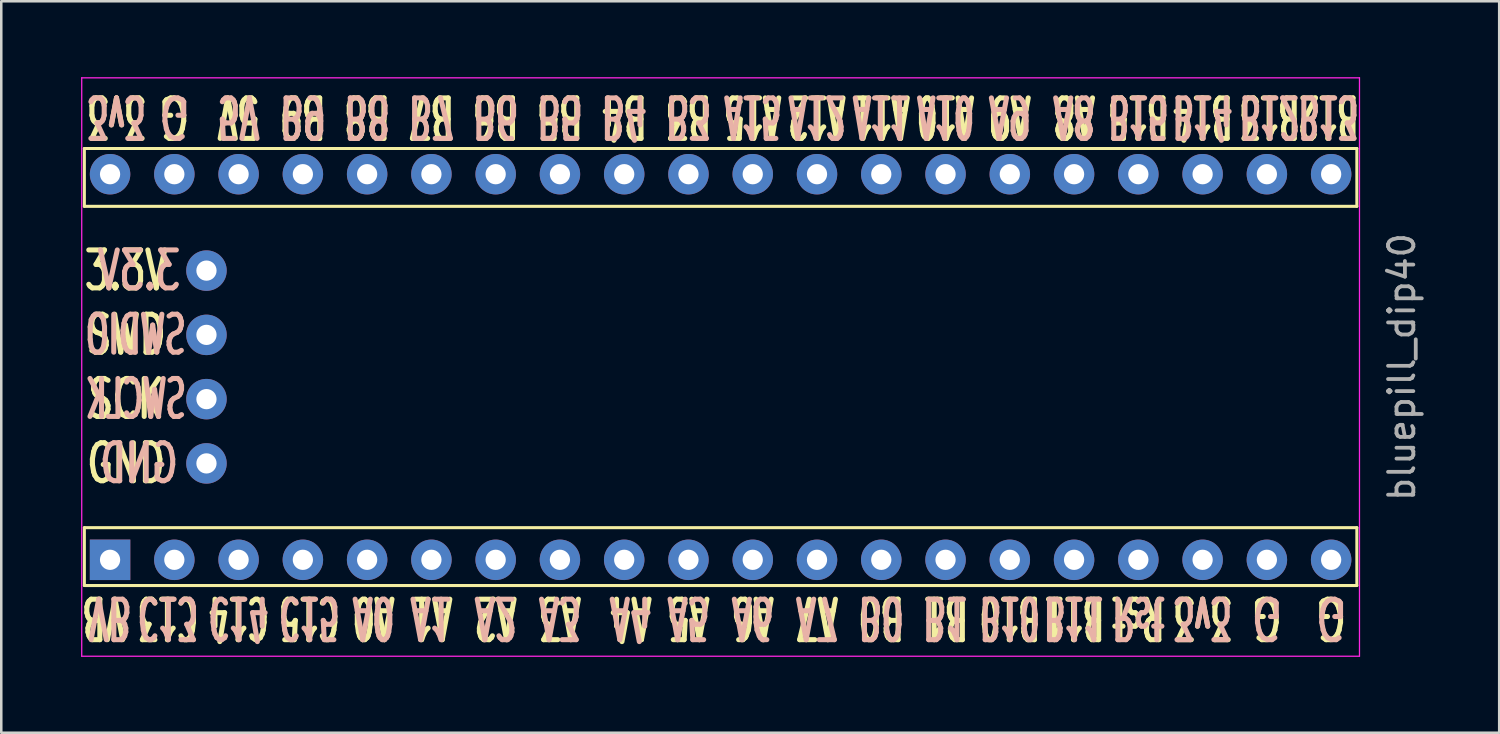
<source format=kicad_pcb>
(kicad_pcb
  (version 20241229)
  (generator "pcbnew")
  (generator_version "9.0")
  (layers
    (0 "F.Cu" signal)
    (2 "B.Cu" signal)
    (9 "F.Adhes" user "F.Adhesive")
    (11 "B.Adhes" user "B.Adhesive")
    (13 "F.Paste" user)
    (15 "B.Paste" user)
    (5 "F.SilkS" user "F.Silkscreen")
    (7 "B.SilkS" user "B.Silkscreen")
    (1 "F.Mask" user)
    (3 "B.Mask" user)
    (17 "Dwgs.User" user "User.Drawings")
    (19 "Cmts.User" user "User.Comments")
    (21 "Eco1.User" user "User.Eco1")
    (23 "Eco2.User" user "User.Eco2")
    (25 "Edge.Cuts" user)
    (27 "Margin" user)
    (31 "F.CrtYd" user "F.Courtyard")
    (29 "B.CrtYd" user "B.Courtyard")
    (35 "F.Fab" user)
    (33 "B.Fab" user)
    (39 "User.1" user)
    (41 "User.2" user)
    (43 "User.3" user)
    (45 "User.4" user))
  (footprint "bluepill_dip40"
    (layer "F.Cu")
    (at 25.43 11.455)
    (property "Reference" "bluepill_dip40" (at 26.924 0 270) (layer "F.Fab") (effects (font (size 1 1) (thickness 0.15))))
    (attr through_hole)
    (fp_line (start -25.146 -8.636) (end -25.146 -6.35) (stroke (width 0.12) (type solid)) (layer "F.SilkS"))
    (fp_line (start -25.146 6.35) (end -25.146 8.636) (stroke (width 0.12) (type solid)) (layer "F.SilkS"))
    (fp_line (start -25.146 6.35) (end 25.146 6.35) (stroke (width 0.12) (type solid)) (layer "F.SilkS"))
    (fp_line (start -25.146 8.636) (end 25.146 8.636) (stroke (width 0.12) (type solid)) (layer "F.SilkS"))
    (fp_line (start 25.146 -8.636) (end 25.146 -6.35) (stroke (width 0.12) (type solid)) (layer "F.SilkS"))
    (fp_line (start 25.146 -8.636) (end -25.146 -8.636) (stroke (width 0.12) (type solid)) (layer "F.SilkS"))
    (fp_line (start 25.146 -6.35) (end -25.146 -6.35) (stroke (width 0.12) (type solid)) (layer "F.SilkS"))
    (fp_line (start 25.146 8.636) (end 25.146 6.35) (stroke (width 0.12) (type solid)) (layer "F.SilkS"))
    (fp_line (start -25.25 -11.43) (end 25.25 -11.43) (stroke (width 0.05) (type solid)) (layer "F.CrtYd"))
    (fp_line (start -25.25 11.43) (end -25.25 -11.43) (stroke (width 0.05) (type solid)) (layer "F.CrtYd"))
    (fp_line (start 25.25 -11.43) (end 25.25 11.43) (stroke (width 0.05) (type solid)) (layer "F.CrtYd"))
    (fp_line (start 25.25 11.43) (end -25.25 11.43) (stroke (width 0.05) (type solid)) (layer "F.CrtYd"))
    (fp_text user "A5" (at -1.27 9.906 180) (unlocked yes) (layer "F.SilkS") (effects (font (size 1.6 0.9) (thickness 0.2))))
    (fp_text user "G" (at 24.13 9.906 180) (unlocked yes) (layer "F.SilkS") (effects (font (size 1.6 1.2) (thickness 0.2))))
    (fp_text user "B11" (at 13.97 9.906 180) (unlocked yes) (layer "F.SilkS") (effects (font (size 1.6 0.8) (thickness 0.2))))
    (fp_text user "A9" (at 11.43 -9.906 180) (unlocked yes) (layer "F.SilkS") (effects (font (size 1.6 0.9) (thickness 0.2))))
    (fp_text user "A0" (at -13.716 9.906 180) (unlocked yes) (layer "F.SilkS") (effects (font (size 1.6 0.9) (thickness 0.2))))
    (fp_text user "Rst" (at 16.51 9.906 180) (unlocked yes) (layer "F.SilkS") (effects (font (size 1.6 0.85) (thickness 0.2))))
    (fp_text user "G" (at 21.59 9.906 180) (unlocked yes) (layer "F.SilkS") (effects (font (size 1.6 1.2) (thickness 0.2))))
    (fp_text user "C14" (at -19.05 9.906 180) (unlocked yes) (layer "F.SilkS") (effects (font (size 1.6 0.8) (thickness 0.2))))
    (fp_text user "A12" (at 3.81 -9.906 180) (unlocked yes) (layer "F.SilkS") (effects (font (size 1.6 0.8) (thickness 0.2))))
    (fp_text user "A11" (at 6.35 -9.906 180) (unlocked yes) (layer "F.SilkS") (effects (font (size 1.6 0.8) (thickness 0.2))))
    (fp_text user "B6" (at -8.89 -9.906 180) (unlocked yes) (layer "F.SilkS") (effects (font (size 1.6 0.9) (thickness 0.2))))
    (fp_text user "GND" (at -23.495 3.81 0) (layer "F.SilkS") (effects (font (size 1.5 1) (thickness 0.2))))
    (fp_text user "B8" (at -13.97 -9.906 180) (unlocked yes) (layer "F.SilkS") (effects (font (size 1.6 0.9) (thickness 0.2))))
    (fp_text user "A2" (at -8.89 9.906 180) (unlocked yes) (layer "F.SilkS") (effects (font (size 1.6 0.9) (thickness 0.2))))
    (fp_text user "C13" (at -21.844 9.906 180) (unlocked yes) (layer "F.SilkS") (effects (font (size 1.6 0.8) (thickness 0.2))))
    (fp_text user "C15" (at -16.256 9.906 180) (unlocked yes) (layer "F.SilkS") (effects (font (size 1.6 0.8) (thickness 0.2))))
    (fp_text user "A1" (at -11.43 9.906 180) (unlocked yes) (layer "F.SilkS") (effects (font (size 1.6 0.9) (thickness 0.2))))
    (fp_text user "B10" (at 11.43 9.906 180) (unlocked yes) (layer "F.SilkS") (effects (font (size 1.6 0.8) (thickness 0.2))))
    (fp_text user "B12B13" (at 22.86 -9.906 180) (unlocked yes) (layer "F.SilkS") (effects (font (size 1.6 0.8) (thickness 0.2))))
    (fp_text user "B15" (at 16.51 -9.906 180) (unlocked yes) (layer "F.SilkS") (effects (font (size 1.6 0.8) (thickness 0.2))))
    (fp_text user "SCK" (at -23.495 1.27 0) (layer "F.SilkS") (effects (font (size 1.5 1) (thickness 0.2))))
    (fp_text user "3.3V" (at -23.495 -3.81 0) (layer "F.SilkS") (effects (font (size 1.5 1) (thickness 0.2))))
    (fp_text user "3v3" (at 19.05 9.906 180) (unlocked yes) (layer "F.SilkS") (effects (font (size 1.6 0.85) (thickness 0.2))))
    (fp_text user "B3" (at -1.27 -9.906 180) (unlocked yes) (layer "F.SilkS") (effects (font (size 1.6 0.9) (thickness 0.2))))
    (fp_text user "B4" (at -3.81 -9.906 180) (unlocked yes) (layer "F.SilkS") (effects (font (size 1.6 0.9) (thickness 0.2))))
    (fp_text user "A7" (at 3.81 9.906 180) (unlocked yes) (layer "F.SilkS") (effects (font (size 1.6 0.9) (thickness 0.2))))
    (fp_text user "G" (at -21.59 -9.906 180) (unlocked yes) (layer "F.SilkS") (effects (font (size 1.6 1.2) (thickness 0.2))))
    (fp_text user "B14" (at 19.05 -9.906 180) (unlocked yes) (layer "F.SilkS") (effects (font (size 1.6 0.8) (thickness 0.2))))
    (fp_text user "VB" (at -24.384 9.906 180) (unlocked yes) (layer "F.SilkS") (effects (font (size 1.6 0.9) (thickness 0.2))))
    (fp_text user "B1" (at 8.89 9.906 180) (unlocked yes) (layer "F.SilkS") (effects (font (size 1.6 0.9) (thickness 0.2))))
    (fp_text user "B0" (at 6.35 9.906 180) (unlocked yes) (layer "F.SilkS") (effects (font (size 1.6 0.9) (thickness 0.2))))
    (fp_text user "A8" (at 13.97 -9.906 180) (unlocked yes) (layer "F.SilkS") (effects (font (size 1.6 0.9) (thickness 0.2))))
    (fp_text user "A4" (at -3.556 9.906 180) (unlocked yes) (layer "F.SilkS") (effects (font (size 1.6 0.9) (thickness 0.2))))
    (fp_text user "A15" (at 1.27 -9.906 180) (unlocked yes) (layer "F.SilkS") (effects (font (size 1.6 0.8) (thickness 0.2))))
    (fp_text user "B7" (at -11.43 -9.906 180) (unlocked yes) (layer "F.SilkS") (effects (font (size 1.6 0.9) (thickness 0.2))))
    (fp_text user "SWD" (at -23.495 -1.27 0) (layer "F.SilkS") (effects (font (size 1.5 1) (thickness 0.2))))
    (fp_text user "A6" (at 1.27 9.906 180) (unlocked yes) (layer "F.SilkS") (effects (font (size 1.6 0.9) (thickness 0.2))))
    (fp_text user "3v3" (at -23.876 -9.906 180) (unlocked yes) (layer "F.SilkS") (effects (font (size 1.6 0.85) (thickness 0.2))))
    (fp_text user "A10" (at 8.89 -9.906 180) (unlocked yes) (layer "F.SilkS") (effects (font (size 1.6 0.8) (thickness 0.2))))
    (fp_text user "5V" (at -19.05 -9.906 180) (unlocked yes) (layer "F.SilkS") (effects (font (size 1.6 0.9) (thickness 0.2))))
    (fp_text user "A3" (at -6.35 9.906 180) (unlocked yes) (layer "F.SilkS") (effects (font (size 1.6 0.9) (thickness 0.2))))
    (fp_text user "B5" (at -6.35 -9.906 180) (unlocked yes) (layer "F.SilkS") (effects (font (size 1.6 0.9) (thickness 0.2))))
    (fp_text user "B9" (at -16.51 -9.906 180) (unlocked yes) (layer "F.SilkS") (effects (font (size 1.6 0.9) (thickness 0.2))))
    (fp_text user "C13" (at -21.844 9.906 180) (unlocked yes) (layer "B.SilkS") (effects (font (size 1.6 0.8) (thickness 0.2)) (justify mirror)))
    (fp_text user "B0" (at 6.35 9.906 180) (unlocked yes) (layer "B.SilkS") (effects (font (size 1.6 0.9) (thickness 0.2)) (justify mirror)))
    (fp_text user "A11" (at 6.35 -9.906 180) (unlocked yes) (layer "B.SilkS") (effects (font (size 1.6 0.8) (thickness 0.2)) (justify mirror)))
    (fp_text user "3.3V" (at -22.987 -3.81 180) (layer "B.SilkS") (effects (font (size 1.5 1) (thickness 0.2)) (justify mirror)))
    (fp_text user "Rst" (at 16.51 9.906 180) (unlocked yes) (layer "B.SilkS") (effects (font (size 1.6 0.85) (thickness 0.2)) (justify mirror)))
    (fp_text user "A0" (at -13.716 9.906 180) (unlocked yes) (layer "B.SilkS") (effects (font (size 1.6 0.9) (thickness 0.2)) (justify mirror)))
    (fp_text user "B6" (at -8.89 -9.906 180) (unlocked yes) (layer "B.SilkS") (effects (font (size 1.6 0.9) (thickness 0.2)) (justify mirror)))
    (fp_text user "A6" (at 1.27 9.906 180) (unlocked yes) (layer "B.SilkS") (effects (font (size 1.6 0.9) (thickness 0.2)) (justify mirror)))
    (fp_text user "B15" (at 16.51 -9.906 180) (unlocked yes) (layer "B.SilkS") (effects (font (size 1.6 0.8) (thickness 0.2)) (justify mirror)))
    (fp_text user "A15" (at 1.27 -9.906 180) (unlocked yes) (layer "B.SilkS") (effects (font (size 1.6 0.8) (thickness 0.2)) (justify mirror)))
    (fp_text user "A4" (at -3.556 9.906 180) (unlocked yes) (layer "B.SilkS") (effects (font (size 1.6 0.9) (thickness 0.2)) (justify mirror)))
    (fp_text user "3v3" (at 19.05 9.906 180) (unlocked yes) (layer "B.SilkS") (effects (font (size 1.6 0.85) (thickness 0.2)) (justify mirror)))
    (fp_text user "B9" (at -16.51 -9.906 180) (unlocked yes) (layer "B.SilkS") (effects (font (size 1.6 0.9) (thickness 0.2)) (justify mirror)))
    (fp_text user "A9" (at 11.43 -9.906 180) (unlocked yes) (layer "B.SilkS") (effects (font (size 1.6 0.9) (thickness 0.2)) (justify mirror)))
    (fp_text user "B8" (at -13.97 -9.906 180) (unlocked yes) (layer "B.SilkS") (effects (font (size 1.6 0.9) (thickness 0.2)) (justify mirror)))
    (fp_text user "B7" (at -11.43 -9.906 180) (unlocked yes) (layer "B.SilkS") (effects (font (size 1.6 0.9) (thickness 0.2)) (justify mirror)))
    (fp_text user "SWDIO" (at -23.114 -1.27 180) (layer "B.SilkS") (effects (font (size 1.5 0.85) (thickness 0.2)) (justify mirror)))
    (fp_text user "3v3" (at -23.876 -9.906 180) (unlocked yes) (layer "B.SilkS") (effects (font (size 1.6 0.85) (thickness 0.2)) (justify mirror)))
    (fp_text user "B14" (at 19.05 -9.906 180) (unlocked yes) (layer "B.SilkS") (effects (font (size 1.6 0.8) (thickness 0.2)) (justify mirror)))
    (fp_text user "A5" (at -1.27 9.906 180) (unlocked yes) (layer "B.SilkS") (effects (font (size 1.6 0.9) (thickness 0.2)) (justify mirror)))
    (fp_text user "5V" (at -19.05 -9.906 180) (unlocked yes) (layer "B.SilkS") (effects (font (size 1.6 0.9) (thickness 0.2)) (justify mirror)))
    (fp_text user "B12B13" (at 22.86 -9.906 180) (unlocked yes) (layer "B.SilkS") (effects (font (size 1.6 0.8) (thickness 0.2)) (justify mirror)))
    (fp_text user "VB" (at -24.13 9.906 180) (unlocked yes) (layer "B.SilkS") (effects (font (size 1.6 0.9) (thickness 0.2)) (justify mirror)))
    (fp_text user "G" (at 21.59 9.906 180) (unlocked yes) (layer "B.SilkS") (effects (font (size 1.6 1.2) (thickness 0.2)) (justify mirror)))
    (fp_text user "A10" (at 8.89 -9.906 180) (unlocked yes) (layer "B.SilkS") (effects (font (size 1.6 0.8) (thickness 0.2)) (justify mirror)))
    (fp_text user "G" (at -21.59 -9.906 180) (unlocked yes) (layer "B.SilkS") (effects (font (size 1.6 1.2) (thickness 0.2)) (justify mirror)))
    (fp_text user "G" (at 24.13 9.906 180) (unlocked yes) (layer "B.SilkS") (effects (font (size 1.6 1.2) (thickness 0.2)) (justify mirror)))
    (fp_text user "B5" (at -6.35 -9.906 180) (unlocked yes) (layer "B.SilkS") (effects (font (size 1.6 0.9) (thickness 0.2)) (justify mirror)))
    (fp_text user "B4" (at -3.81 -9.906 180) (unlocked yes) (layer "B.SilkS") (effects (font (size 1.6 0.9) (thickness 0.2)) (justify mirror)))
    (fp_text user "A1" (at -11.43 9.906 180) (unlocked yes) (layer "B.SilkS") (effects (font (size 1.6 0.9) (thickness 0.2)) (justify mirror)))
    (fp_text user "A7" (at 3.81 9.906 180) (unlocked yes) (layer "B.SilkS") (effects (font (size 1.6 0.9) (thickness 0.2)) (justify mirror)))
    (fp_text user "A12" (at 3.81 -9.906 180) (unlocked yes) (layer "B.SilkS") (effects (font (size 1.6 0.8) (thickness 0.2)) (justify mirror)))
    (fp_text user "GND" (at -22.987 3.81 180) (layer "B.SilkS") (effects (font (size 1.5 1) (thickness 0.2)) (justify mirror)))
    (fp_text user "B3" (at -1.27 -9.906 180) (unlocked yes) (layer "B.SilkS") (effects (font (size 1.6 0.9) (thickness 0.2)) (justify mirror)))
    (fp_text user "SWCLK" (at -23.114 1.27 180) (layer "B.SilkS") (effects (font (size 1.5 0.8) (thickness 0.2)) (justify mirror)))
    (fp_text user "B11" (at 13.97 9.906 180) (unlocked yes) (layer "B.SilkS") (effects (font (size 1.6 0.8) (thickness 0.2)) (justify mirror)))
    (fp_text user "A2" (at -8.89 9.906 180) (unlocked yes) (layer "B.SilkS") (effects (font (size 1.6 0.9) (thickness 0.2)) (justify mirror)))
    (fp_text user "A8" (at 13.97 -9.906 180) (unlocked yes) (layer "B.SilkS") (effects (font (size 1.6 0.9) (thickness 0.2)) (justify mirror)))
    (fp_text user "C14" (at -19.05 9.906 180) (unlocked yes) (layer "B.SilkS") (effects (font (size 1.6 0.8) (thickness 0.2)) (justify mirror)))
    (fp_text user "B10" (at 11.43 9.906 180) (unlocked yes) (layer "B.SilkS") (effects (font (size 1.6 0.8) (thickness 0.2)) (justify mirror)))
    (fp_text user "B1" (at 8.89 9.906 180) (unlocked yes) (layer "B.SilkS") (effects (font (size 1.6 0.9) (thickness 0.2)) (justify mirror)))
    (fp_text user "A3" (at -6.35 9.906 180) (unlocked yes) (layer "B.SilkS") (effects (font (size 1.6 0.9) (thickness 0.2)) (justify mirror)))
    (fp_text user "C15" (at -16.256 9.906 180) (unlocked yes) (layer "B.SilkS") (effects (font (size 1.6 0.8) (thickness 0.2)) (justify mirror)))
    (pad "1" thru_hole rect (at -24.13 7.62) (size 1.6 1.6) (drill 0.8) (layers "*.Cu" "*.Mask"))
    (pad "2" thru_hole circle (at -21.59 7.62) (size 1.6 1.6) (drill 0.8) (layers "*.Cu" "*.Mask"))
    (pad "3" thru_hole circle (at -19.05 7.62) (size 1.6 1.6) (drill 0.8) (layers "*.Cu" "*.Mask"))
    (pad "4" thru_hole circle (at -16.51 7.62) (size 1.6 1.6) (drill 0.8) (layers "*.Cu" "*.Mask"))
    (pad "5" thru_hole circle (at -13.97 7.62) (size 1.6 1.6) (drill 0.8) (layers "*.Cu" "*.Mask"))
    (pad "6" thru_hole circle (at -11.43 7.62) (size 1.6 1.6) (drill 0.8) (layers "*.Cu" "*.Mask"))
    (pad "7" thru_hole circle (at -8.89 7.62) (size 1.6 1.6) (drill 0.8) (layers "*.Cu" "*.Mask"))
    (pad "8" thru_hole circle (at -6.35 7.62) (size 1.6 1.6) (drill 0.8) (layers "*.Cu" "*.Mask"))
    (pad "9" thru_hole circle (at -3.81 7.62) (size 1.6 1.6) (drill 0.8) (layers "*.Cu" "*.Mask"))
    (pad "10" thru_hole circle (at -1.27 7.62) (size 1.6 1.6) (drill 0.8) (layers "*.Cu" "*.Mask"))
    (pad "11" thru_hole circle (at 1.27 7.62) (size 1.6 1.6) (drill 0.8) (layers "*.Cu" "*.Mask"))
    (pad "12" thru_hole circle (at 3.81 7.62) (size 1.6 1.6) (drill 0.8) (layers "*.Cu" "*.Mask"))
    (pad "13" thru_hole circle (at 6.35 7.62) (size 1.6 1.6) (drill 0.8) (layers "*.Cu" "*.Mask"))
    (pad "14" thru_hole circle (at 8.89 7.62) (size 1.6 1.6) (drill 0.8) (layers "*.Cu" "*.Mask"))
    (pad "15" thru_hole circle (at 11.43 7.62) (size 1.6 1.6) (drill 0.8) (layers "*.Cu" "*.Mask"))
    (pad "16" thru_hole circle (at 13.97 7.62) (size 1.6 1.6) (drill 0.8) (layers "*.Cu" "*.Mask"))
    (pad "17" thru_hole circle (at 16.51 7.62) (size 1.6 1.6) (drill 0.8) (layers "*.Cu" "*.Mask"))
    (pad "18" thru_hole circle (at 19.05 7.62) (size 1.6 1.6) (drill 0.8) (layers "*.Cu" "*.Mask"))
    (pad "19" thru_hole circle (at 21.59 7.62) (size 1.6 1.6) (drill 0.8) (layers "*.Cu" "*.Mask"))
    (pad "20" thru_hole circle (at 24.13 7.62) (size 1.6 1.6) (drill 0.8) (layers "*.Cu" "*.Mask"))
    (pad "21" thru_hole circle (at 24.13 -7.62) (size 1.6 1.6) (drill 0.8) (layers "*.Cu" "*.Mask"))
    (pad "22" thru_hole circle (at 21.59 -7.62) (size 1.6 1.6) (drill 0.8) (layers "*.Cu" "*.Mask"))
    (pad "23" thru_hole circle (at 19.05 -7.62) (size 1.6 1.6) (drill 0.8) (layers "*.Cu" "*.Mask"))
    (pad "24" thru_hole circle (at 16.51 -7.62) (size 1.6 1.6) (drill 0.8) (layers "*.Cu" "*.Mask"))
    (pad "25" thru_hole circle (at 13.97 -7.62) (size 1.6 1.6) (drill 0.8) (layers "*.Cu" "*.Mask"))
    (pad "26" thru_hole circle (at 11.43 -7.62) (size 1.6 1.6) (drill 0.8) (layers "*.Cu" "*.Mask"))
    (pad "27" thru_hole circle (at 8.89 -7.62) (size 1.6 1.6) (drill 0.8) (layers "*.Cu" "*.Mask"))
    (pad "28" thru_hole circle (at 6.35 -7.62) (size 1.6 1.6) (drill 0.8) (layers "*.Cu" "*.Mask"))
    (pad "29" thru_hole circle (at 3.81 -7.62) (size 1.6 1.6) (drill 0.8) (layers "*.Cu" "*.Mask"))
    (pad "30" thru_hole circle (at 1.27 -7.62) (size 1.6 1.6) (drill 0.8) (layers "*.Cu" "*.Mask"))
    (pad "31" thru_hole circle (at -1.27 -7.62) (size 1.6 1.6) (drill 0.8) (layers "*.Cu" "*.Mask"))
    (pad "32" thru_hole circle (at -3.81 -7.62) (size 1.6 1.6) (drill 0.8) (layers "*.Cu" "*.Mask"))
    (pad "33" thru_hole circle (at -6.35 -7.62) (size 1.6 1.6) (drill 0.8) (layers "*.Cu" "*.Mask"))
    (pad "34" thru_hole circle (at -8.89 -7.62) (size 1.6 1.6) (drill 0.8) (layers "*.Cu" "*.Mask"))
    (pad "35" thru_hole circle (at -11.43 -7.62) (size 1.6 1.6) (drill 0.8) (layers "*.Cu" "*.Mask"))
    (pad "36" thru_hole circle (at -13.97 -7.62) (size 1.6 1.6) (drill 0.8) (layers "*.Cu" "*.Mask"))
    (pad "37" thru_hole circle (at -16.51 -7.62) (size 1.6 1.6) (drill 0.8) (layers "*.Cu" "*.Mask"))
    (pad "38" thru_hole circle (at -19.05 -7.62) (size 1.6 1.6) (drill 0.8) (layers "*.Cu" "*.Mask"))
    (pad "39" thru_hole circle (at -21.59 -7.62) (size 1.6 1.6) (drill 0.8) (layers "*.Cu" "*.Mask"))
    (pad "40" thru_hole circle (at -24.13 -7.62) (size 1.6 1.6) (drill 0.8) (layers "*.Cu" "*.Mask"))
    (pad "41" thru_hole circle (at -20.32 -3.81) (size 1.6 1.6) (drill 0.8) (layers "*.Cu" "*.Mask"))
    (pad "42" thru_hole circle (at -20.32 -1.27) (size 1.6 1.6) (drill 0.8) (layers "*.Cu" "*.Mask"))
    (pad "43" thru_hole circle (at -20.32 1.27) (size 1.6 1.6) (drill 0.8) (layers "*.Cu" "*.Mask"))
    (pad "44" thru_hole circle (at -20.32 3.81) (size 1.6 1.6) (drill 0.8) (layers "*.Cu" "*.Mask")))
  (gr_rect
    (start -3 -3)
    (end 56.202 25.91)
    (stroke (width 0.1) (type default))
    (fill no)
    (layer "Edge.Cuts")))
</source>
